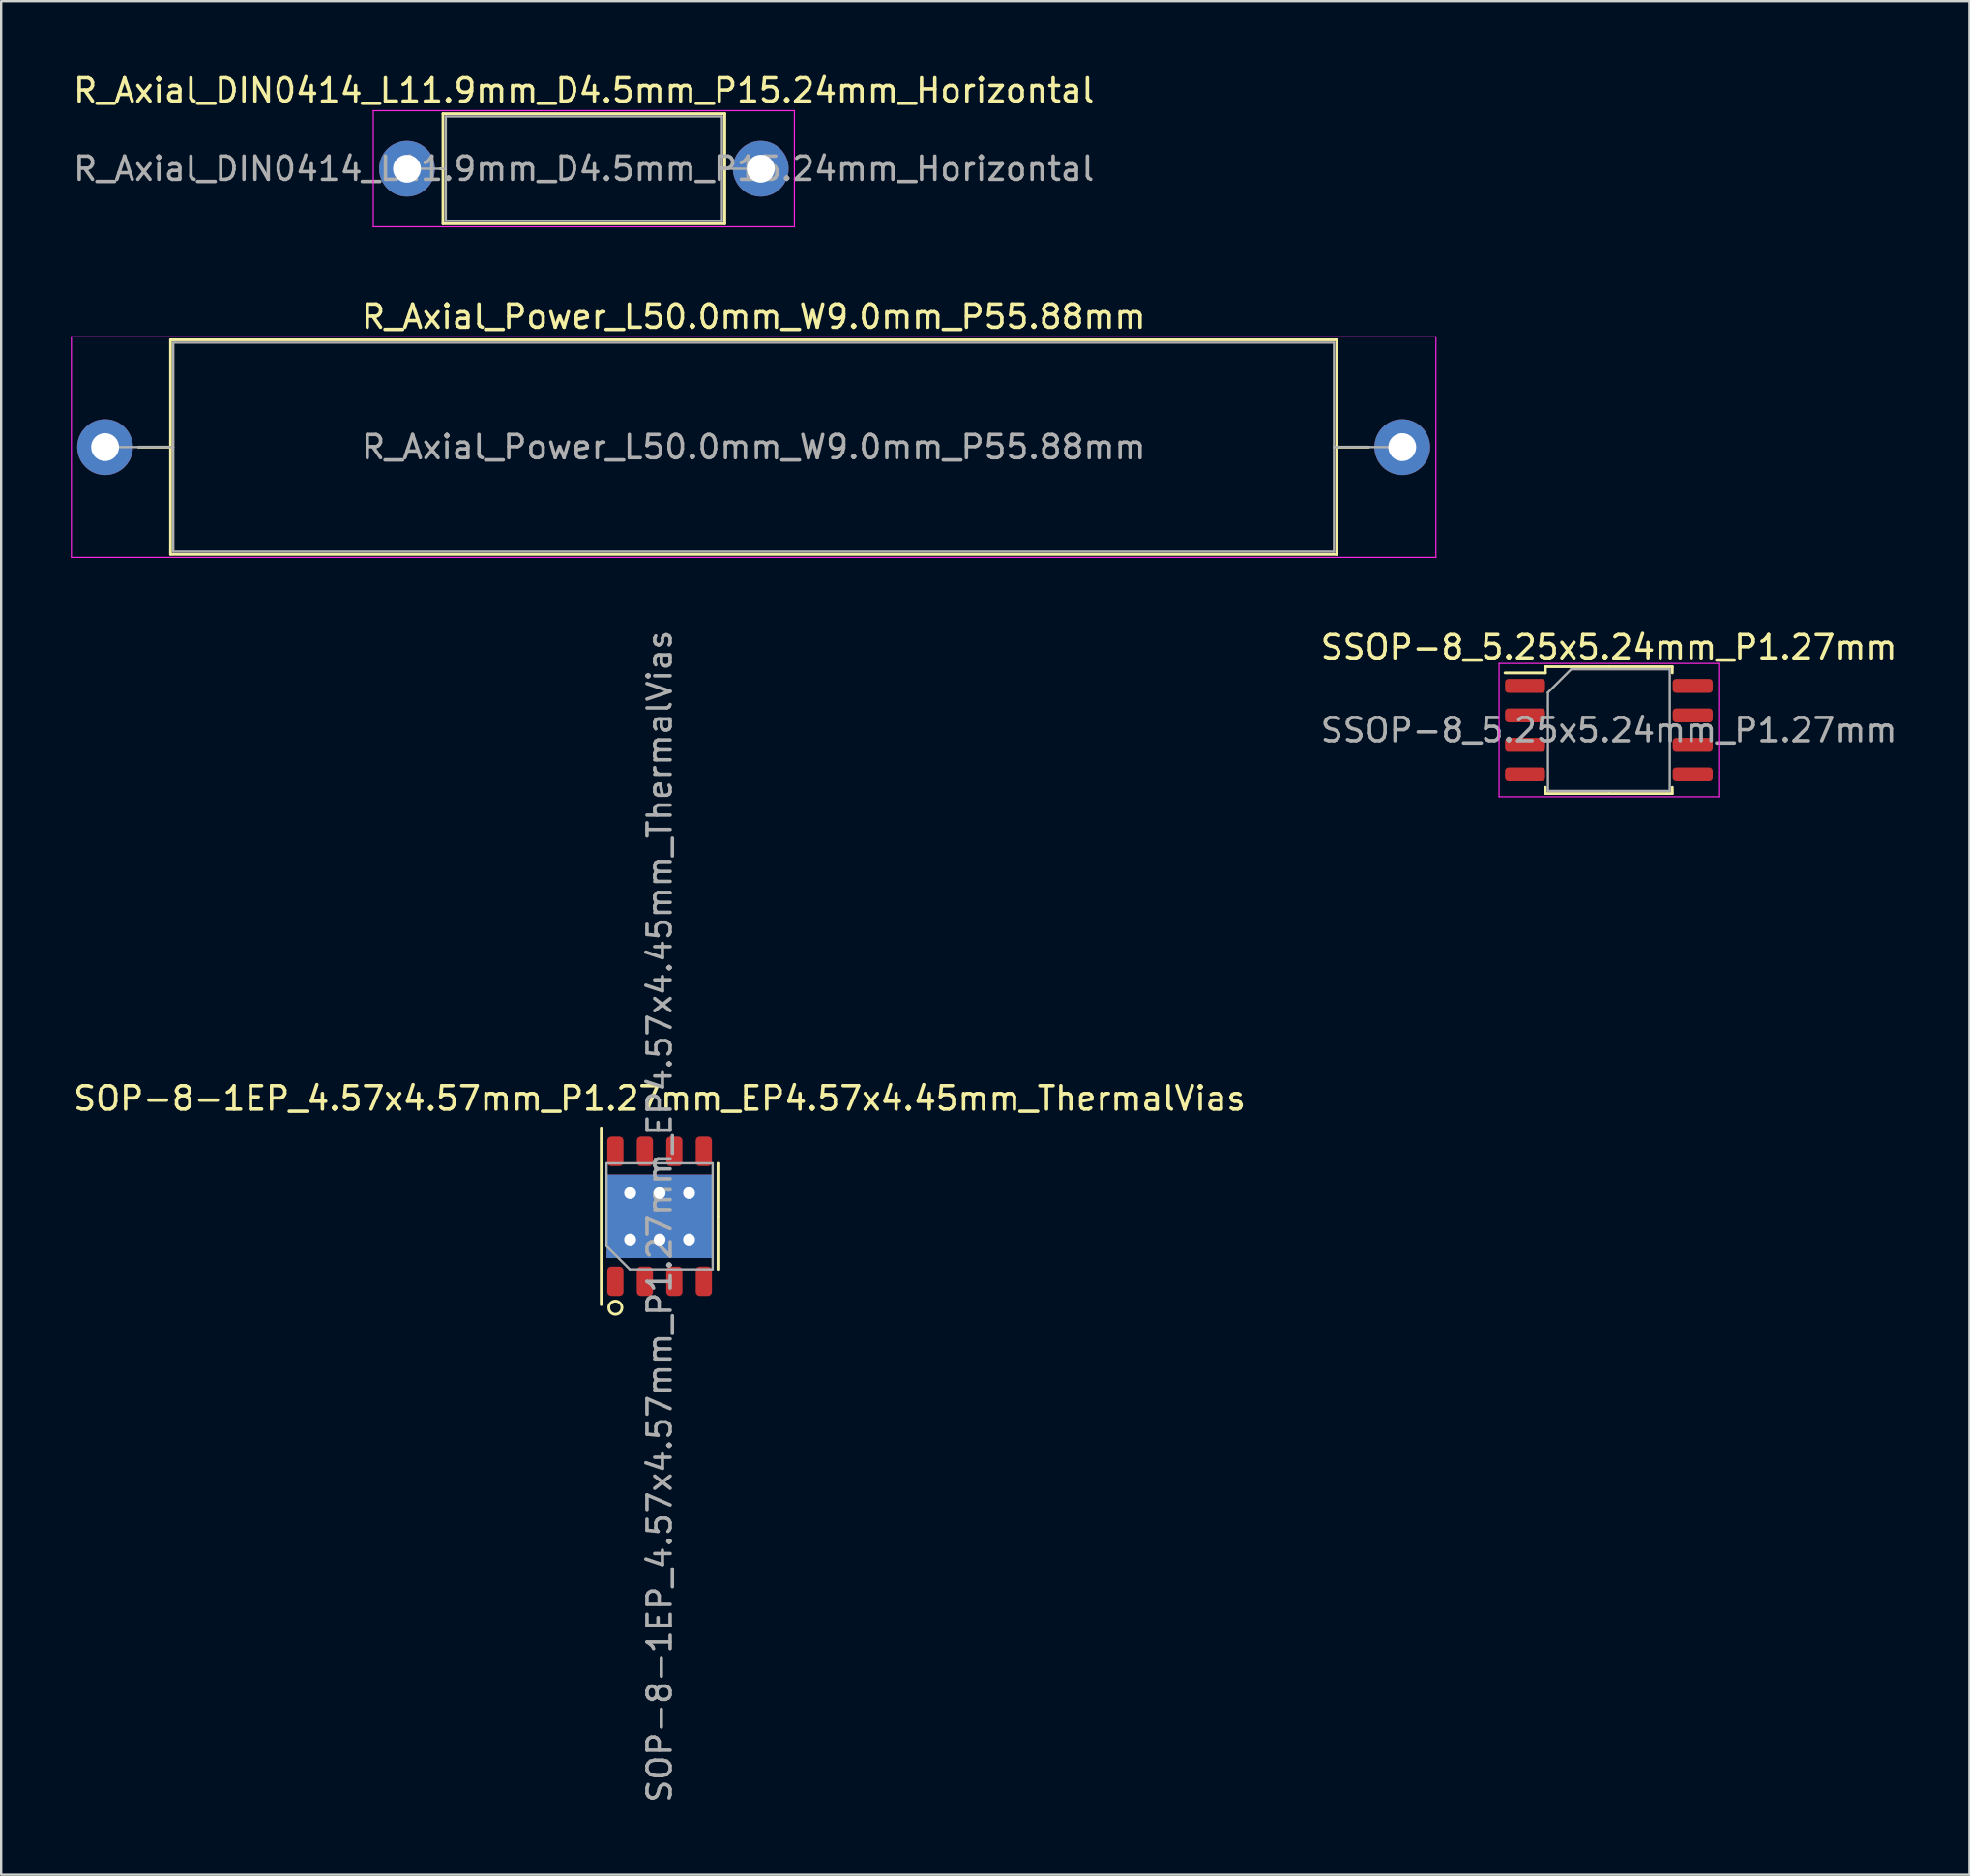
<source format=kicad_pcb>
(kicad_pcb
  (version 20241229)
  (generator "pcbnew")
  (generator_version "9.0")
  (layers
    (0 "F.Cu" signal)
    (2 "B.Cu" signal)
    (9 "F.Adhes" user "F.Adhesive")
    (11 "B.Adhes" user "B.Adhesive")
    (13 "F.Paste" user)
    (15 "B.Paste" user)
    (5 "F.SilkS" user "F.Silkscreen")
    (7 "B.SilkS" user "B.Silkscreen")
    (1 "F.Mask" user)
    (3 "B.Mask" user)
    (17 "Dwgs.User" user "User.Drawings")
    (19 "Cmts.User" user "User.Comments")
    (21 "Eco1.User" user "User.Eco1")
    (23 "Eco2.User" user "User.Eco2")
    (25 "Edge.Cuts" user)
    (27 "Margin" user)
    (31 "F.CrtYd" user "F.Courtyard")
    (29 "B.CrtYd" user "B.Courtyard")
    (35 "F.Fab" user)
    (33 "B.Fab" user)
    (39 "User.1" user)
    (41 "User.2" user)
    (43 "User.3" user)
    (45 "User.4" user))
  (footprint "R_Axial_DIN0414_L11.9mm_D4.5mm_P15.24mm_Horizontal"
    (layer "F.Cu")
    (at 14.481 4.218)
    (property "Reference" "R_Axial_DIN0414_L11.9mm_D4.5mm_P15.24mm_Horizontal" (at 7.62 -3.37 0) (layer "F.SilkS") (effects (font (size 1 1) (thickness 0.15))))
    (attr through_hole)
    (fp_line (start 1.44 0) (end 1.55 0) (stroke (width 0.12) (type solid)) (layer "F.SilkS"))
    (fp_line (start 1.55 -2.37) (end 1.55 2.37) (stroke (width 0.12) (type solid)) (layer "F.SilkS"))
    (fp_line (start 1.55 2.37) (end 13.69 2.37) (stroke (width 0.12) (type solid)) (layer "F.SilkS"))
    (fp_line (start 13.69 -2.37) (end 1.55 -2.37) (stroke (width 0.12) (type solid)) (layer "F.SilkS"))
    (fp_line (start 13.69 2.37) (end 13.69 -2.37) (stroke (width 0.12) (type solid)) (layer "F.SilkS"))
    (fp_line (start 13.8 0) (end 13.69 0) (stroke (width 0.12) (type solid)) (layer "F.SilkS"))
    (fp_line (start -1.45 -2.5) (end -1.45 2.5) (stroke (width 0.05) (type solid)) (layer "F.CrtYd"))
    (fp_line (start -1.45 2.5) (end 16.69 2.5) (stroke (width 0.05) (type solid)) (layer "F.CrtYd"))
    (fp_line (start 16.69 -2.5) (end -1.45 -2.5) (stroke (width 0.05) (type solid)) (layer "F.CrtYd"))
    (fp_line (start 16.69 2.5) (end 16.69 -2.5) (stroke (width 0.05) (type solid)) (layer "F.CrtYd"))
    (fp_line (start 0 0) (end 1.67 0) (stroke (width 0.1) (type solid)) (layer "F.Fab"))
    (fp_line (start 1.67 -2.25) (end 1.67 2.25) (stroke (width 0.1) (type solid)) (layer "F.Fab"))
    (fp_line (start 1.67 2.25) (end 13.57 2.25) (stroke (width 0.1) (type solid)) (layer "F.Fab"))
    (fp_line (start 13.57 -2.25) (end 1.67 -2.25) (stroke (width 0.1) (type solid)) (layer "F.Fab"))
    (fp_line (start 13.57 2.25) (end 13.57 -2.25) (stroke (width 0.1) (type solid)) (layer "F.Fab"))
    (fp_line (start 15.24 0) (end 13.57 0) (stroke (width 0.1) (type solid)) (layer "F.Fab"))
    (fp_text user "${REFERENCE}" (at 7.62 0 0) (layer "F.Fab") (effects (font (size 1 1) (thickness 0.15))))
    (pad "1" thru_hole circle (at 0 0) (size 2.4 2.4) (drill 1.2) (layers "*.Cu" "*.Mask"))
    (pad "2" thru_hole oval (at 15.24 0) (size 2.4 2.4) (drill 1.2) (layers "*.Cu" "*.Mask")))
  (footprint "R_Axial_Power_L50.0mm_W9.0mm_P55.88mm"
    (layer "F.Cu")
    (at 1.475 16.212)
    (property "Reference" "R_Axial_Power_L50.0mm_W9.0mm_P55.88mm" (at 27.94 -5.62 0) (layer "F.SilkS") (effects (font (size 1 1) (thickness 0.15))))
    (attr through_hole)
    (fp_line (start 1.44 0) (end 2.82 0) (stroke (width 0.12) (type solid)) (layer "F.SilkS"))
    (fp_line (start 2.82 -4.62) (end 2.82 4.62) (stroke (width 0.12) (type solid)) (layer "F.SilkS"))
    (fp_line (start 2.82 4.62) (end 53.06 4.62) (stroke (width 0.12) (type solid)) (layer "F.SilkS"))
    (fp_line (start 53.06 -4.62) (end 2.82 -4.62) (stroke (width 0.12) (type solid)) (layer "F.SilkS"))
    (fp_line (start 53.06 4.62) (end 53.06 -4.62) (stroke (width 0.12) (type solid)) (layer "F.SilkS"))
    (fp_line (start 54.44 0) (end 53.06 0) (stroke (width 0.12) (type solid)) (layer "F.SilkS"))
    (fp_line (start -1.45 -4.75) (end -1.45 4.75) (stroke (width 0.05) (type solid)) (layer "F.CrtYd"))
    (fp_line (start -1.45 4.75) (end 57.33 4.75) (stroke (width 0.05) (type solid)) (layer "F.CrtYd"))
    (fp_line (start 57.33 -4.75) (end -1.45 -4.75) (stroke (width 0.05) (type solid)) (layer "F.CrtYd"))
    (fp_line (start 57.33 4.75) (end 57.33 -4.75) (stroke (width 0.05) (type solid)) (layer "F.CrtYd"))
    (fp_line (start 0 0) (end 2.94 0) (stroke (width 0.1) (type solid)) (layer "F.Fab"))
    (fp_line (start 2.94 -4.5) (end 2.94 4.5) (stroke (width 0.1) (type solid)) (layer "F.Fab"))
    (fp_line (start 2.94 4.5) (end 52.94 4.5) (stroke (width 0.1) (type solid)) (layer "F.Fab"))
    (fp_line (start 52.94 -4.5) (end 2.94 -4.5) (stroke (width 0.1) (type solid)) (layer "F.Fab"))
    (fp_line (start 52.94 4.5) (end 52.94 -4.5) (stroke (width 0.1) (type solid)) (layer "F.Fab"))
    (fp_line (start 55.88 0) (end 52.94 0) (stroke (width 0.1) (type solid)) (layer "F.Fab"))
    (fp_text user "${REFERENCE}" (at 27.94 0 0) (layer "F.Fab") (effects (font (size 1 1) (thickness 0.15))))
    (pad "1" thru_hole circle (at 0 0) (size 2.4 2.4) (drill 1.2) (layers "*.Cu" "*.Mask"))
    (pad "2" thru_hole oval (at 55.88 0) (size 2.4 2.4) (drill 1.2) (layers "*.Cu" "*.Mask")))
  (footprint "SOP-8-1EP_4.57x4.57mm_P1.27mm_EP4.57x4.45mm_ThermalVias"
    (layer "F.Cu")
    (at 25.363 49.35)
    (property "Reference" "SOP-8-1EP_4.57x4.57mm_P1.27mm_EP4.57x4.45mm_ThermalVias" (at 0 -5.08 0) (layer "F.SilkS") (effects (font (size 1 1) (thickness 0.15))))
    (attr smd)
    (fp_line (start -2.515 -3.81) (end -2.515 3.81) (stroke (width 0.12) (type solid)) (layer "F.SilkS"))
    (fp_line (start 2.515 0) (end 2.515 -2.285) (stroke (width 0.12) (type solid)) (layer "F.SilkS"))
    (fp_line (start 2.515 0) (end 2.515 2.285) (stroke (width 0.12) (type solid)) (layer "F.SilkS"))
    (fp_circle (center -1.905 3.937) (end -1.778 4.191) (stroke (width 0.12) (type solid)) (fill no) (layer "F.SilkS"))
    (fp_line (start -2.285 -2.285) (end 2.285 -2.285) (stroke (width 0.1) (type solid)) (layer "F.Fab"))
    (fp_line (start -2.285 1.285) (end -2.285 -2.285) (stroke (width 0.1) (type solid)) (layer "F.Fab"))
    (fp_line (start -1.285 2.285) (end -2.285 1.285) (stroke (width 0.1) (type solid)) (layer "F.Fab"))
    (fp_line (start 2.285 -2.285) (end 2.285 2.285) (stroke (width 0.1) (type solid)) (layer "F.Fab"))
    (fp_line (start 2.285 2.285) (end -1.285 2.285) (stroke (width 0.1) (type solid)) (layer "F.Fab"))
    (fp_text user "${REFERENCE}" (at 0 0 90) (layer "F.Fab") (effects (font (size 1 1) (thickness 0.15))))
    (pad "" smd roundrect (at -1 -1 90) (size 1.6 1.6) (layers "F.Paste") (roundrect_rratio 0.134))
    (pad "" smd roundrect (at -1 1 90) (size 1.6 1.6) (layers "F.Paste") (roundrect_rratio 0.134))
    (pad "" smd roundrect (at 1 -1 90) (size 1.6 1.6) (layers "F.Paste") (roundrect_rratio 0.134))
    (pad "" smd roundrect (at 1 1 90) (size 1.6 1.6) (layers "F.Paste") (roundrect_rratio 0.134))
    (pad "1" smd roundrect (at -1.905 2.8 90) (size 1.27 0.7) (layers "F.Cu" "F.Mask" "F.Paste") (roundrect_rratio 0.25))
    (pad "1" smd roundrect (at -0.635 2.8 90) (size 1.27 0.7) (layers "F.Cu" "F.Mask" "F.Paste") (roundrect_rratio 0.25))
    (pad "1" smd roundrect (at 0.635 2.8 90) (size 1.27 0.7) (layers "F.Cu" "F.Mask" "F.Paste") (roundrect_rratio 0.25))
    (pad "2" smd roundrect (at 1.905 2.8 90) (size 1.27 0.7) (layers "F.Cu" "F.Mask" "F.Paste") (roundrect_rratio 0.25))
    (pad "3" smd roundrect (at -1.905 -2.8 90) (size 1.27 0.7) (layers "F.Cu" "F.Mask" "F.Paste") (roundrect_rratio 0.25))
    (pad "3" smd roundrect (at -0.635 -2.8 90) (size 1.27 0.7) (layers "F.Cu" "F.Mask" "F.Paste") (roundrect_rratio 0.25))
    (pad "3" smd roundrect (at 0.635 -2.8 90) (size 1.27 0.7) (layers "F.Cu" "F.Mask" "F.Paste") (roundrect_rratio 0.25))
    (pad "3" smd roundrect (at 1.905 -2.8 90) (size 1.27 0.7) (layers "F.Cu" "F.Mask" "F.Paste") (roundrect_rratio 0.25))
    (pad "9" thru_hole circle (at -1.27 -1 90) (size 0.81 0.81) (drill 0.51) (layers "*.Cu"))
    (pad "9" thru_hole circle (at -1.27 1 90) (size 0.81 0.81) (drill 0.51) (layers "*.Cu"))
    (pad "9" thru_hole circle (at 0 -1 90) (size 0.81 0.81) (drill 0.51) (layers "*.Cu"))
    (pad "9" smd rect (at 0 0 90) (size 3.6 4.57) (layers "F.Cu" "F.Mask"))
    (pad "9" smd rect (at 0 0 90) (size 3.6 4.57) (layers "B.Cu"))
    (pad "9" thru_hole circle (at 0 1 90) (size 0.81 0.81) (drill 0.51) (layers "*.Cu"))
    (pad "9" thru_hole circle (at 1.27 -1 90) (size 0.81 0.81) (drill 0.51) (layers "*.Cu"))
    (pad "9" thru_hole circle (at 1.27 1 90) (size 0.81 0.81) (drill 0.51) (layers "*.Cu")))
  (footprint "SSOP-8_5.25x5.24mm_P1.27mm"
    (layer "F.Cu")
    (at 66.256 28.405)
    (property "Reference" "SSOP-8_5.25x5.24mm_P1.27mm" (at 0 -3.57 0) (layer "F.SilkS") (effects (font (size 1 1) (thickness 0.15))))
    (attr smd)
    (fp_line (start -2.735 -2.73) (end -2.735 -2.465) (stroke (width 0.12) (type solid)) (layer "F.SilkS"))
    (fp_line (start -2.735 -2.465) (end -4.475 -2.465) (stroke (width 0.12) (type solid)) (layer "F.SilkS"))
    (fp_line (start -2.735 2.73) (end -2.735 2.465) (stroke (width 0.12) (type solid)) (layer "F.SilkS"))
    (fp_line (start 0 -2.73) (end -2.735 -2.73) (stroke (width 0.12) (type solid)) (layer "F.SilkS"))
    (fp_line (start 0 -2.73) (end 2.735 -2.73) (stroke (width 0.12) (type solid)) (layer "F.SilkS"))
    (fp_line (start 0 2.73) (end -2.735 2.73) (stroke (width 0.12) (type solid)) (layer "F.SilkS"))
    (fp_line (start 0 2.73) (end 2.735 2.73) (stroke (width 0.12) (type solid)) (layer "F.SilkS"))
    (fp_line (start 2.735 -2.73) (end 2.735 -2.465) (stroke (width 0.12) (type solid)) (layer "F.SilkS"))
    (fp_line (start 2.735 2.73) (end 2.735 2.465) (stroke (width 0.12) (type solid)) (layer "F.SilkS"))
    (fp_line (start -4.73 -2.87) (end -4.73 2.87) (stroke (width 0.05) (type solid)) (layer "F.CrtYd"))
    (fp_line (start -4.73 2.87) (end 4.73 2.87) (stroke (width 0.05) (type solid)) (layer "F.CrtYd"))
    (fp_line (start 4.73 -2.87) (end -4.73 -2.87) (stroke (width 0.05) (type solid)) (layer "F.CrtYd"))
    (fp_line (start 4.73 2.87) (end 4.73 -2.87) (stroke (width 0.05) (type solid)) (layer "F.CrtYd"))
    (fp_line (start -2.625 -1.62) (end -1.625 -2.62) (stroke (width 0.1) (type solid)) (layer "F.Fab"))
    (fp_line (start -2.625 2.62) (end -2.625 -1.62) (stroke (width 0.1) (type solid)) (layer "F.Fab"))
    (fp_line (start -1.625 -2.62) (end 2.625 -2.62) (stroke (width 0.1) (type solid)) (layer "F.Fab"))
    (fp_line (start 2.625 -2.62) (end 2.625 2.62) (stroke (width 0.1) (type solid)) (layer "F.Fab"))
    (fp_line (start 2.625 2.62) (end -2.625 2.62) (stroke (width 0.1) (type solid)) (layer "F.Fab"))
    (fp_text user "${REFERENCE}" (at 0 0 0) (layer "F.Fab") (effects (font (size 1 1) (thickness 0.15))))
    (pad "1" smd roundrect (at -3.612 -1.905) (size 1.725 0.6) (layers "F.Cu" "F.Mask" "F.Paste") (roundrect_rratio 0.25))
    (pad "2" smd roundrect (at -3.612 -0.635) (size 1.725 0.6) (layers "F.Cu" "F.Mask" "F.Paste") (roundrect_rratio 0.25))
    (pad "3" smd roundrect (at -3.612 0.635) (size 1.725 0.6) (layers "F.Cu" "F.Mask" "F.Paste") (roundrect_rratio 0.25))
    (pad "4" smd roundrect (at -3.612 1.905) (size 1.725 0.6) (layers "F.Cu" "F.Mask" "F.Paste") (roundrect_rratio 0.25))
    (pad "5" smd roundrect (at 3.612 1.905) (size 1.725 0.6) (layers "F.Cu" "F.Mask" "F.Paste") (roundrect_rratio 0.25))
    (pad "6" smd roundrect (at 3.612 0.635) (size 1.725 0.6) (layers "F.Cu" "F.Mask" "F.Paste") (roundrect_rratio 0.25))
    (pad "7" smd roundrect (at 3.612 -0.635) (size 1.725 0.6) (layers "F.Cu" "F.Mask" "F.Paste") (roundrect_rratio 0.25))
    (pad "8" smd roundrect (at 3.612 -1.905) (size 1.725 0.6) (layers "F.Cu" "F.Mask" "F.Paste") (roundrect_rratio 0.25)))
  (gr_rect
    (start -3 -3)
    (end 81.786 77.713)
    (stroke (width 0.1) (type default))
    (fill no)
    (layer "Edge.Cuts")))
</source>
